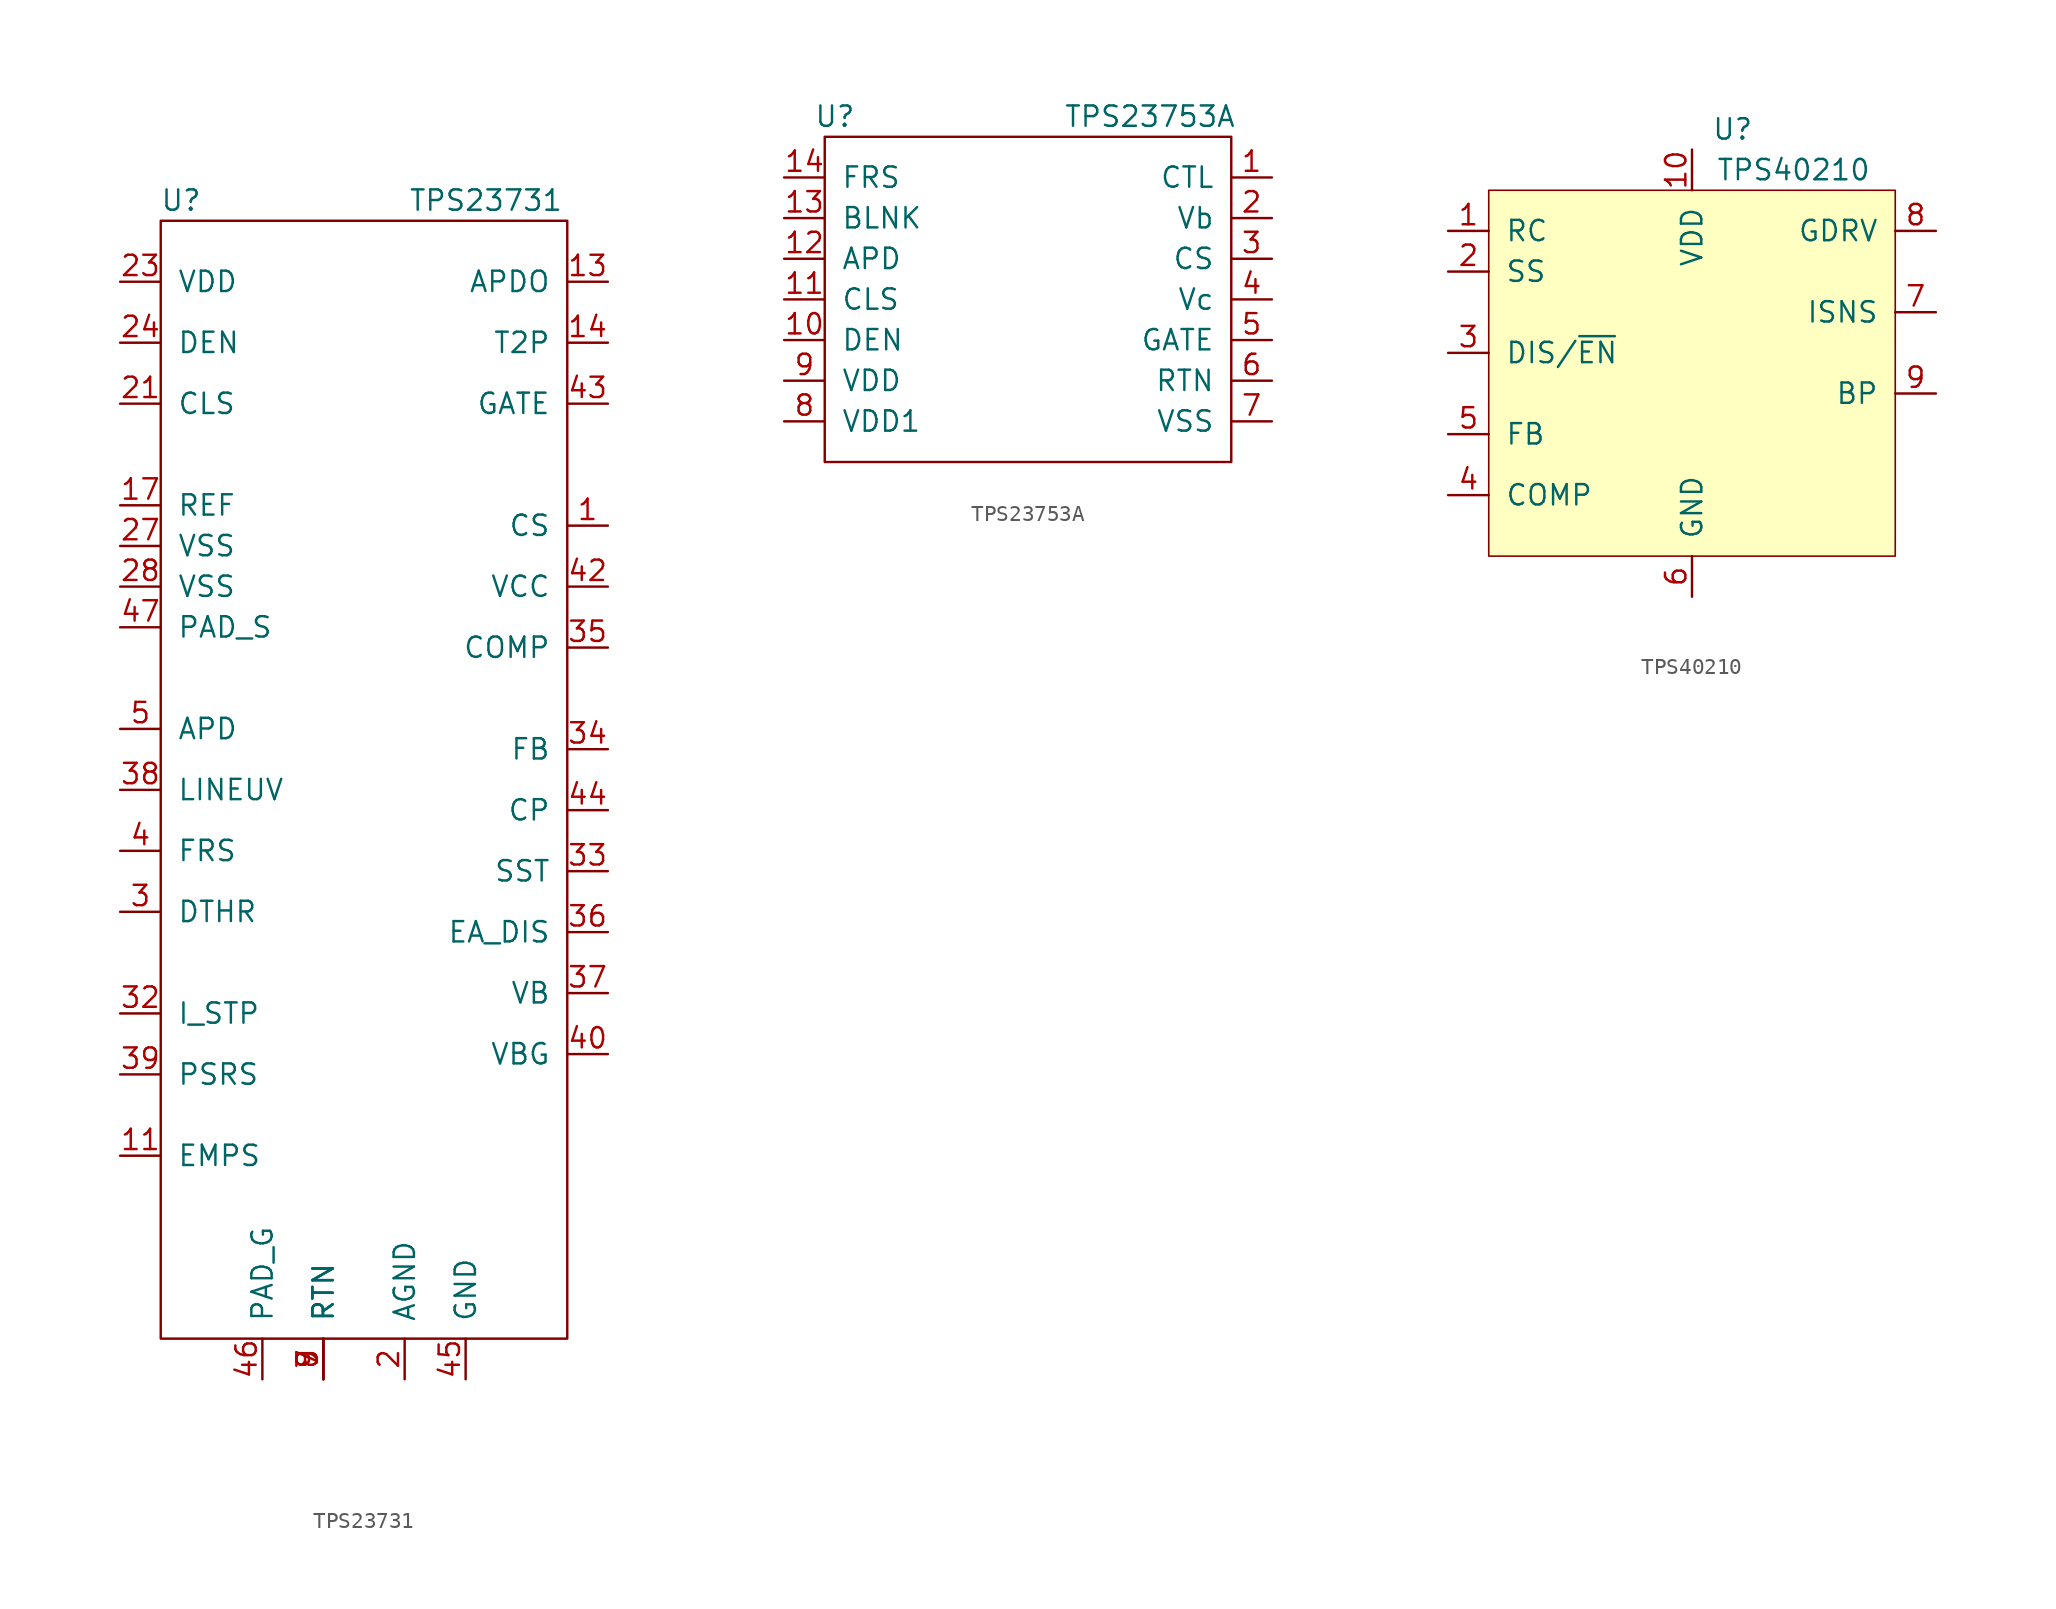
<source format=kicad_sym>
(kicad_symbol_lib
  (version 20211014)
  (generator kicad_symbol_editor)
  (symbol "TPS23731"
    (pin_names
      (offset 1.016))
    (property "Reference" "U"
      (at -11.43 39.37 0)
      (effects (font (size 1.27 1.27))))
    (property "Value" "TPS23731"
      (at 7.62 39.37 0)
      (effects (font (size 1.27 1.27))))
    (symbol "TPS23731_0_1"
      (rectangle (start -12.7 38.1) (end 12.7 -31.75) (stroke (width 0) (type default) (color 0 0 0 0)) (fill (type none))))
    (symbol "TPS23731_1_1"
      (pin bidirectional line (at 15.24 19.05 180) (length 2.54) (name "CS" (effects (font (size 1.27 1.27)))) (number "1" (effects (font (size 1.27 1.27)))))
      (pin bidirectional line (at -15.24 -30.48 0) (length 2.54) hide (name "NC" (effects (font (size 1.27 1.27)))) (number "10" (effects (font (size 1.27 1.27)))))
      (pin bidirectional line (at -15.24 -20.32 0) (length 2.54) (name "EMPS" (effects (font (size 1.27 1.27)))) (number "11" (effects (font (size 1.27 1.27)))))
      (pin bidirectional line (at -15.24 -30.48 0) (length 2.54) hide (name "NC" (effects (font (size 1.27 1.27)))) (number "12" (effects (font (size 1.27 1.27)))))
      (pin bidirectional line (at 15.24 34.29 180) (length 2.54) (name "APDO" (effects (font (size 1.27 1.27)))) (number "13" (effects (font (size 1.27 1.27)))))
      (pin bidirectional line (at 15.24 30.48 180) (length 2.54) (name "T2P" (effects (font (size 1.27 1.27)))) (number "14" (effects (font (size 1.27 1.27)))))
      (pin bidirectional line (at -15.24 -30.48 0) (length 2.54) hide (name "NC" (effects (font (size 1.27 1.27)))) (number "15" (effects (font (size 1.27 1.27)))))
      (pin bidirectional line (at -15.24 -30.48 0) (length 2.54) hide (name "NC" (effects (font (size 1.27 1.27)))) (number "16" (effects (font (size 1.27 1.27)))))
      (pin bidirectional line (at -15.24 20.32 0) (length 2.54) (name "REF" (effects (font (size 1.27 1.27)))) (number "17" (effects (font (size 1.27 1.27)))))
      (pin bidirectional line (at -15.24 -30.48 0) (length 2.54) hide (name "NC" (effects (font (size 1.27 1.27)))) (number "18" (effects (font (size 1.27 1.27)))))
      (pin bidirectional line (at -15.24 -30.48 0) (length 2.54) hide (name "NC" (effects (font (size 1.27 1.27)))) (number "19" (effects (font (size 1.27 1.27)))))
      (pin bidirectional line (at 2.54 -34.29 90) (length 2.54) (name "AGND" (effects (font (size 1.27 1.27)))) (number "2" (effects (font (size 1.27 1.27)))))
      (pin bidirectional line (at -15.24 -30.48 0) (length 2.54) hide (name "NC" (effects (font (size 1.27 1.27)))) (number "20" (effects (font (size 1.27 1.27)))))
      (pin bidirectional line (at -15.24 26.67 0) (length 2.54) (name "CLS" (effects (font (size 1.27 1.27)))) (number "21" (effects (font (size 1.27 1.27)))))
      (pin bidirectional line (at -15.24 -30.48 0) (length 2.54) hide (name "NC" (effects (font (size 1.27 1.27)))) (number "22" (effects (font (size 1.27 1.27)))))
      (pin bidirectional line (at -15.24 34.29 0) (length 2.54) (name "VDD" (effects (font (size 1.27 1.27)))) (number "23" (effects (font (size 1.27 1.27)))))
      (pin bidirectional line (at -15.24 30.48 0) (length 2.54) (name "DEN" (effects (font (size 1.27 1.27)))) (number "24" (effects (font (size 1.27 1.27)))))
      (pin bidirectional line (at -15.24 -30.48 0) (length 2.54) hide (name "NC" (effects (font (size 1.27 1.27)))) (number "25" (effects (font (size 1.27 1.27)))))
      (pin bidirectional line (at -15.24 -30.48 0) (length 2.54) hide (name "NC" (effects (font (size 1.27 1.27)))) (number "26" (effects (font (size 1.27 1.27)))))
      (pin bidirectional line (at -15.24 17.78 0) (length 2.54) (name "VSS" (effects (font (size 1.27 1.27)))) (number "27" (effects (font (size 1.27 1.27)))))
      (pin bidirectional line (at -15.24 15.24 0) (length 2.54) (name "VSS" (effects (font (size 1.27 1.27)))) (number "28" (effects (font (size 1.27 1.27)))))
      (pin bidirectional line (at -15.24 -30.48 0) (length 2.54) hide (name "NC" (effects (font (size 1.27 1.27)))) (number "29" (effects (font (size 1.27 1.27)))))
      (pin bidirectional line (at -15.24 -5.08 0) (length 2.54) (name "DTHR" (effects (font (size 1.27 1.27)))) (number "3" (effects (font (size 1.27 1.27)))))
      (pin bidirectional line (at -15.24 -30.48 0) (length 2.54) hide (name "TEST" (effects (font (size 1.27 1.27)))) (number "30" (effects (font (size 1.27 1.27)))))
      (pin bidirectional line (at -15.24 -30.48 0) (length 2.54) hide (name "NC" (effects (font (size 1.27 1.27)))) (number "31" (effects (font (size 1.27 1.27)))))
      (pin bidirectional line (at -15.24 -11.43 0) (length 2.54) (name "I_STP" (effects (font (size 1.27 1.27)))) (number "32" (effects (font (size 1.27 1.27)))))
      (pin bidirectional line (at 15.24 -2.54 180) (length 2.54) (name "SST" (effects (font (size 1.27 1.27)))) (number "33" (effects (font (size 1.27 1.27)))))
      (pin bidirectional line (at 15.24 5.08 180) (length 2.54) (name "FB" (effects (font (size 1.27 1.27)))) (number "34" (effects (font (size 1.27 1.27)))))
      (pin bidirectional line (at 15.24 11.43 180) (length 2.54) (name "COMP" (effects (font (size 1.27 1.27)))) (number "35" (effects (font (size 1.27 1.27)))))
      (pin bidirectional line (at 15.24 -6.35 180) (length 2.54) (name "EA_DIS" (effects (font (size 1.27 1.27)))) (number "36" (effects (font (size 1.27 1.27)))))
      (pin bidirectional line (at 15.24 -10.16 180) (length 2.54) (name "VB" (effects (font (size 1.27 1.27)))) (number "37" (effects (font (size 1.27 1.27)))))
      (pin bidirectional line (at -15.24 2.54 0) (length 2.54) (name "LINEUV" (effects (font (size 1.27 1.27)))) (number "38" (effects (font (size 1.27 1.27)))))
      (pin bidirectional line (at -15.24 -15.24 0) (length 2.54) (name "PSRS" (effects (font (size 1.27 1.27)))) (number "39" (effects (font (size 1.27 1.27)))))
      (pin bidirectional line (at -15.24 -1.27 0) (length 2.54) (name "FRS" (effects (font (size 1.27 1.27)))) (number "4" (effects (font (size 1.27 1.27)))))
      (pin bidirectional line (at 15.24 -13.97 180) (length 2.54) (name "VBG" (effects (font (size 1.27 1.27)))) (number "40" (effects (font (size 1.27 1.27)))))
      (pin bidirectional line (at -15.24 -30.48 0) (length 2.54) hide (name "NC" (effects (font (size 1.27 1.27)))) (number "41" (effects (font (size 1.27 1.27)))))
      (pin bidirectional line (at 15.24 15.24 180) (length 2.54) (name "VCC" (effects (font (size 1.27 1.27)))) (number "42" (effects (font (size 1.27 1.27)))))
      (pin bidirectional line (at 15.24 26.67 180) (length 2.54) (name "GATE" (effects (font (size 1.27 1.27)))) (number "43" (effects (font (size 1.27 1.27)))))
      (pin bidirectional line (at 15.24 1.27 180) (length 2.54) (name "CP" (effects (font (size 1.27 1.27)))) (number "44" (effects (font (size 1.27 1.27)))))
      (pin bidirectional line (at 6.35 -34.29 90) (length 2.54) (name "GND" (effects (font (size 1.27 1.27)))) (number "45" (effects (font (size 1.27 1.27)))))
      (pin bidirectional line (at -6.35 -34.29 90) (length 2.54) (name "PAD_G" (effects (font (size 1.27 1.27)))) (number "46" (effects (font (size 1.27 1.27)))))
      (pin bidirectional line (at -15.24 12.7 0) (length 2.54) (name "PAD_S" (effects (font (size 1.27 1.27)))) (number "47" (effects (font (size 1.27 1.27)))))
      (pin bidirectional line (at -15.24 6.35 0) (length 2.54) (name "APD" (effects (font (size 1.27 1.27)))) (number "5" (effects (font (size 1.27 1.27)))))
      (pin bidirectional line (at -15.24 -30.48 0) (length 2.54) hide (name "NC" (effects (font (size 1.27 1.27)))) (number "6" (effects (font (size 1.27 1.27)))))
      (pin bidirectional line (at -2.54 -34.29 90) (length 2.54) (name "RTN" (effects (font (size 1.27 1.27)))) (number "7" (effects (font (size 1.27 1.27)))))
      (pin bidirectional line (at -2.54 -34.29 90) (length 2.54) (name "RTN" (effects (font (size 1.27 1.27)))) (number "8" (effects (font (size 1.27 1.27)))))
      (pin bidirectional line (at -2.54 -34.29 90) (length 2.54) (name "RTN" (effects (font (size 1.27 1.27)))) (number "9" (effects (font (size 1.27 1.27)))))))
  (symbol "TPS23753A"
    (pin_names
      (offset 1.016))
    (property "Reference" "U"
      (at -12.065 11.43 0)
      (effects (font (size 1.27 1.27))))
    (property "Value" "TPS23753A"
      (at 7.62 11.43 0)
      (effects (font (size 1.27 1.27))))
    (symbol "TPS23753A_0_1"
      (rectangle (start -12.7 10.16) (end 12.7 -10.16) (stroke (width 0) (type default) (color 0 0 0 0)) (fill (type none))))
    (symbol "TPS23753A_1_1"
      (pin bidirectional line (at 15.24 7.62 180) (length 2.54) (name "CTL" (effects (font (size 1.27 1.27)))) (number "1" (effects (font (size 1.27 1.27)))))
      (pin bidirectional line (at -15.24 -2.54 0) (length 2.54) (name "DEN" (effects (font (size 1.27 1.27)))) (number "10" (effects (font (size 1.27 1.27)))))
      (pin bidirectional line (at -15.24 0 0) (length 2.54) (name "CLS" (effects (font (size 1.27 1.27)))) (number "11" (effects (font (size 1.27 1.27)))))
      (pin bidirectional line (at -15.24 2.54 0) (length 2.54) (name "APD" (effects (font (size 1.27 1.27)))) (number "12" (effects (font (size 1.27 1.27)))))
      (pin bidirectional line (at -15.24 5.08 0) (length 2.54) (name "BLNK" (effects (font (size 1.27 1.27)))) (number "13" (effects (font (size 1.27 1.27)))))
      (pin bidirectional line (at -15.24 7.62 0) (length 2.54) (name "FRS" (effects (font (size 1.27 1.27)))) (number "14" (effects (font (size 1.27 1.27)))))
      (pin bidirectional line (at 15.24 5.08 180) (length 2.54) (name "Vb" (effects (font (size 1.27 1.27)))) (number "2" (effects (font (size 1.27 1.27)))))
      (pin bidirectional line (at 15.24 2.54 180) (length 2.54) (name "CS" (effects (font (size 1.27 1.27)))) (number "3" (effects (font (size 1.27 1.27)))))
      (pin bidirectional line (at 15.24 0 180) (length 2.54) (name "Vc" (effects (font (size 1.27 1.27)))) (number "4" (effects (font (size 1.27 1.27)))))
      (pin bidirectional line (at 15.24 -2.54 180) (length 2.54) (name "GATE" (effects (font (size 1.27 1.27)))) (number "5" (effects (font (size 1.27 1.27)))))
      (pin bidirectional line (at 15.24 -5.08 180) (length 2.54) (name "RTN" (effects (font (size 1.27 1.27)))) (number "6" (effects (font (size 1.27 1.27)))))
      (pin bidirectional line (at 15.24 -7.62 180) (length 2.54) (name "VSS" (effects (font (size 1.27 1.27)))) (number "7" (effects (font (size 1.27 1.27)))))
      (pin bidirectional line (at -15.24 -7.62 0) (length 2.54) (name "VDD1" (effects (font (size 1.27 1.27)))) (number "8" (effects (font (size 1.27 1.27)))))
      (pin bidirectional line (at -15.24 -5.08 0) (length 2.54) (name "VDD" (effects (font (size 1.27 1.27)))) (number "9" (effects (font (size 1.27 1.27)))))))
  (symbol "TPS40210"
    (pin_names
      (offset 1.016))
    (property "Reference" "U"
      (at 2.54 15.24 0)
      (effects (font (size 1.27 1.27))))
    (property "Value" "TPS40210"
      (at 6.35 12.7 0)
      (effects (font (size 1.27 1.27))))
    (symbol "TPS40210_0_1"
      (rectangle (start -12.7 11.43) (end 12.7 -11.43) (stroke (width 0.102) (type default) (color 0 0 0 0)) (fill (type background))))
    (symbol "TPS40210_1_1"
      (pin input line (at -15.24 8.89 0) (length 2.54) (name "RC" (effects (font (size 1.27 1.27)))) (number "1" (effects (font (size 1.27 1.27)))))
      (pin input line (at 0 13.97 270) (length 2.54) (name "VDD" (effects (font (size 1.27 1.27)))) (number "10" (effects (font (size 1.27 1.27)))))
      (pin input line (at 0 -13.97 90) (length 2.54) hide (name "GND" (effects (font (size 1.27 1.27)))) (number "11" (effects (font (size 1.27 1.27)))))
      (pin input line (at -15.24 6.35 0) (length 2.54) (name "SS" (effects (font (size 1.27 1.27)))) (number "2" (effects (font (size 1.27 1.27)))))
      (pin input line (at -15.24 1.27 0) (length 2.54) (name "DIS/~{EN}" (effects (font (size 1.27 1.27)))) (number "3" (effects (font (size 1.27 1.27)))))
      (pin output line (at -15.24 -7.62 0) (length 2.54) (name "COMP" (effects (font (size 1.27 1.27)))) (number "4" (effects (font (size 1.27 1.27)))))
      (pin input line (at -15.24 -3.81 0) (length 2.54) (name "FB" (effects (font (size 1.27 1.27)))) (number "5" (effects (font (size 1.27 1.27)))))
      (pin input line (at 0 -13.97 90) (length 2.54) (name "GND" (effects (font (size 1.27 1.27)))) (number "6" (effects (font (size 1.27 1.27)))))
      (pin input line (at 15.24 3.81 180) (length 2.54) (name "ISNS" (effects (font (size 1.27 1.27)))) (number "7" (effects (font (size 1.27 1.27)))))
      (pin output line (at 15.24 8.89 180) (length 2.54) (name "GDRV" (effects (font (size 1.27 1.27)))) (number "8" (effects (font (size 1.27 1.27)))))
      (pin output line (at 15.24 -1.27 180) (length 2.54) (name "BP" (effects (font (size 1.27 1.27)))) (number "9" (effects (font (size 1.27 1.27))))))))
</source>
